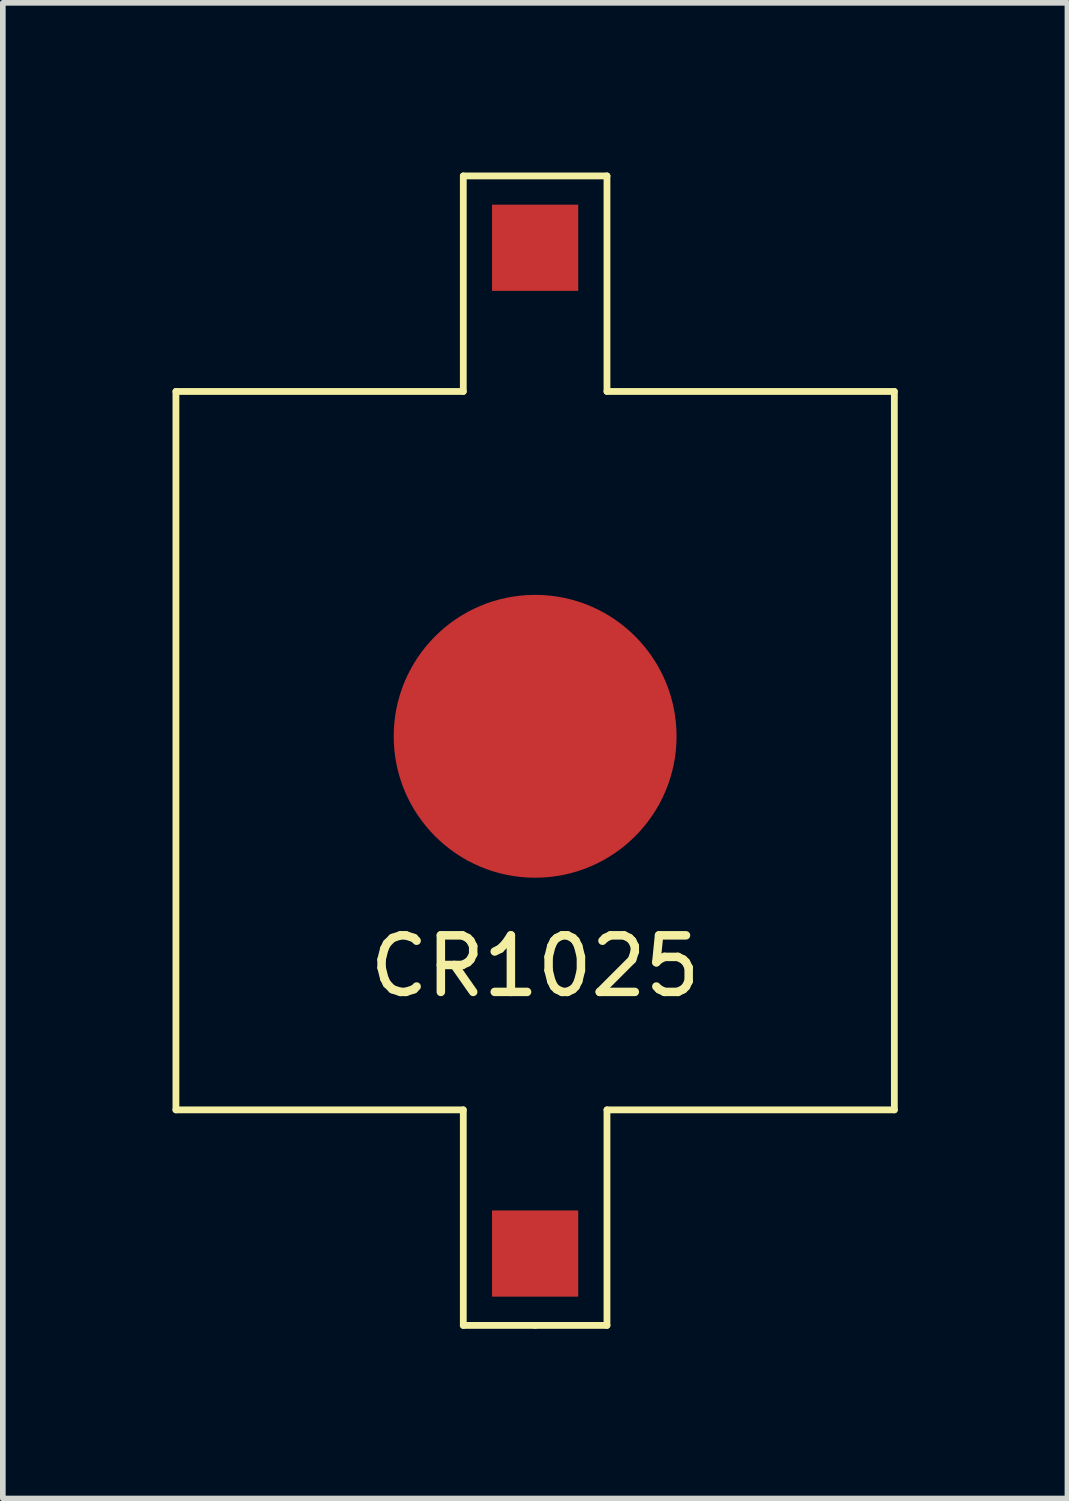
<source format=kicad_pcb>
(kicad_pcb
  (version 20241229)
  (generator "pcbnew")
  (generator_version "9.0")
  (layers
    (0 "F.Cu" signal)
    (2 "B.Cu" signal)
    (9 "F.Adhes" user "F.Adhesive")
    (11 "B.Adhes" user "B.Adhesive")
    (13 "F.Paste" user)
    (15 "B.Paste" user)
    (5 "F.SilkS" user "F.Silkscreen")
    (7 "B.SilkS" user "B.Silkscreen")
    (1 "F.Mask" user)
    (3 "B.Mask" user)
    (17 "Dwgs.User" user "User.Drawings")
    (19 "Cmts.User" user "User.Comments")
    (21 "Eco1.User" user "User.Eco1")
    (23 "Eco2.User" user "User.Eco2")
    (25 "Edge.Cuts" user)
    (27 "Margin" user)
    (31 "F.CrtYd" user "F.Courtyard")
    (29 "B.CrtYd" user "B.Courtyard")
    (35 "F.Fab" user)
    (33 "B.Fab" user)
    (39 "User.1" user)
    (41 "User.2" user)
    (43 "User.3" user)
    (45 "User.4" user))
  (footprint "CR1025"
    (layer "F.Cu")
    (at 6.41 16.57)
    (property "Reference" "CR1025" (at 0 -2.54 0) (layer "F.SilkS") (effects (font (size 1 1) (thickness 0.15))))
    (attr through_hole)
    (fp_line (start -6.35 -12.7) (end -1.27 -12.7) (stroke (width 0.12) (type solid)) (layer "F.SilkS"))
    (fp_line (start -6.35 0) (end -6.35 -12.7) (stroke (width 0.12) (type solid)) (layer "F.SilkS"))
    (fp_line (start -6.35 0) (end -1.27 0) (stroke (width 0.12) (type solid)) (layer "F.SilkS"))
    (fp_line (start -1.27 -16.51) (end -1.27 -12.7) (stroke (width 0.12) (type solid)) (layer "F.SilkS"))
    (fp_line (start -1.27 3.81) (end -1.27 0) (stroke (width 0.12) (type solid)) (layer "F.SilkS"))
    (fp_line (start 0 3.81) (end -1.27 3.81) (stroke (width 0.12) (type solid)) (layer "F.SilkS"))
    (fp_line (start 0 3.81) (end 1.27 3.81) (stroke (width 0.12) (type solid)) (layer "F.SilkS"))
    (fp_line (start 1.27 -16.51) (end -1.27 -16.51) (stroke (width 0.12) (type solid)) (layer "F.SilkS"))
    (fp_line (start 1.27 -12.7) (end 1.27 -16.51) (stroke (width 0.12) (type solid)) (layer "F.SilkS"))
    (fp_line (start 1.27 -12.7) (end 6.35 -12.7) (stroke (width 0.12) (type solid)) (layer "F.SilkS"))
    (fp_line (start 1.27 0) (end 6.35 0) (stroke (width 0.12) (type solid)) (layer "F.SilkS"))
    (fp_line (start 1.27 3.81) (end 1.27 0) (stroke (width 0.12) (type solid)) (layer "F.SilkS"))
    (fp_line (start 6.35 -12.7) (end 6.35 0) (stroke (width 0.12) (type solid)) (layer "F.SilkS"))
    (pad "1" smd rect (at 0 -15.24) (size 1.524 1.524) (layers "F.Cu" "F.Mask" "F.Paste"))
    (pad "2" smd rect (at 0 2.54) (size 1.524 1.524) (layers "F.Cu" "F.Mask" "F.Paste"))
    (pad "3" smd circle (at 0 -6.604) (size 5 5) (layers "F.Cu" "F.Mask" "F.Paste")))
  (gr_rect
    (start -3 -3)
    (end 15.82 23.44)
    (stroke (width 0.1) (type default))
    (fill no)
    (layer "Edge.Cuts")))
</source>
